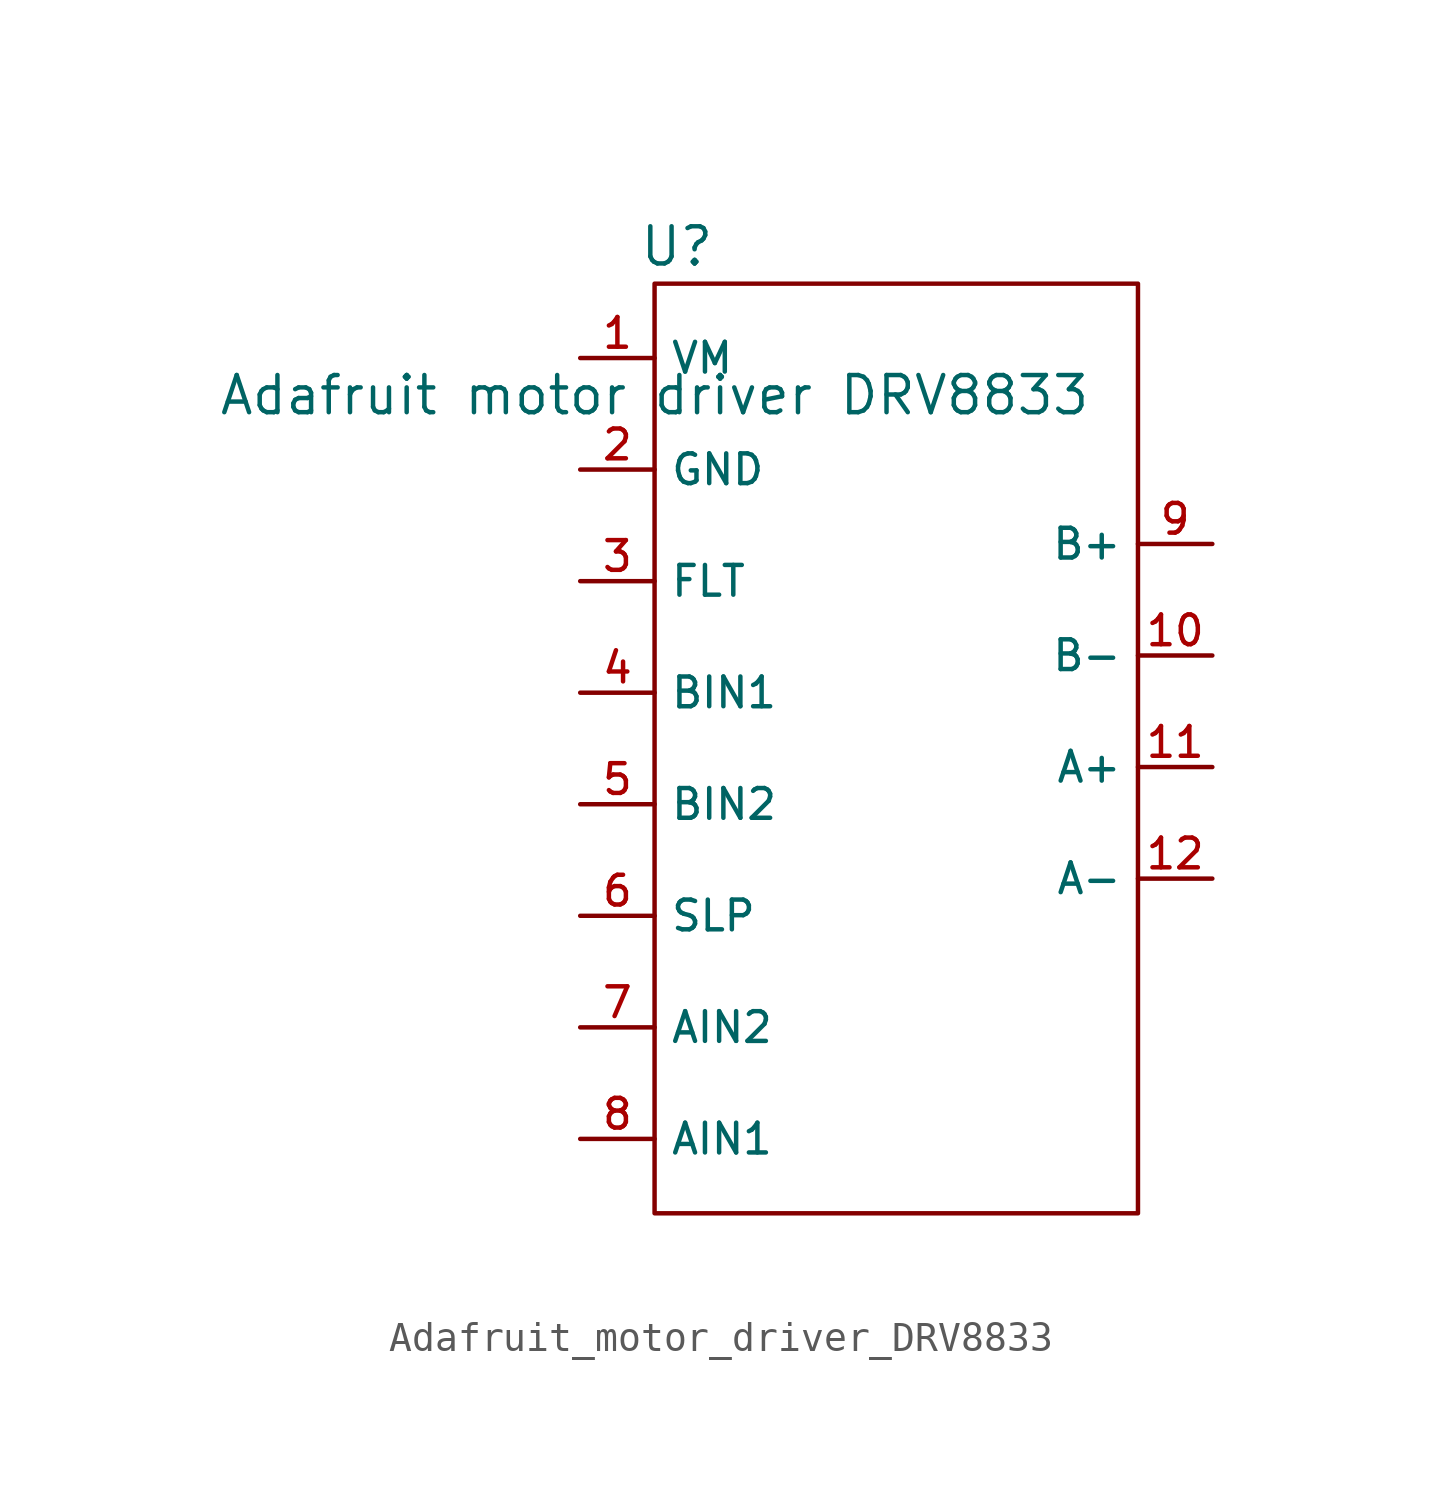
<source format=kicad_sym>
(kicad_symbol_lib
  (version 20241209)
  (generator "kicad_symbol_editor")
  (generator_version "9.0")
  (symbol "Adafruit_motor_driver_DRV8833"
    (property "Reference" "U"
      (at 0.762 5.08 0)
      (effects (font (size 1.27 1.27))))
    (property "Value" "Adafruit motor driver DRV8833"
      (at 0 0 0)
      (effects (font (size 1.27 1.27))))
    (symbol "Adafruit_motor_driver_DRV8833_0_1"
      (rectangle (start 0 3.81) (end 16.51 -27.94) (stroke (width 0) (type default)) (fill (type none))))
    (symbol "Adafruit_motor_driver_DRV8833_1_0"
      (pin bidirectional line (at -2.54 1.27 0) (length 2.54) (name "VM" (effects (font (size 1.016 1.016)))) (number "1" (effects (font (size 1.016 1.016)))))
      (pin bidirectional line (at -2.54 -2.54 0) (length 2.54) (name "GND" (effects (font (size 1.016 1.016)))) (number "2" (effects (font (size 1.016 1.016)))))
      (pin bidirectional line (at -2.54 -6.35 0) (length 2.54) (name "FLT" (effects (font (size 1.016 1.016)))) (number "3" (effects (font (size 1.016 1.016)))))
      (pin bidirectional line (at -2.54 -10.16 0) (length 2.54) (name "BIN1" (effects (font (size 1.016 1.016)))) (number "4" (effects (font (size 1.016 1.016)))))
      (pin bidirectional line (at -2.54 -13.97 0) (length 2.54) (name "BIN2" (effects (font (size 1.016 1.016)))) (number "5" (effects (font (size 1.016 1.016)))))
      (pin bidirectional line (at -2.54 -17.78 0) (length 2.54) (name "SLP" (effects (font (size 1.016 1.016)))) (number "6" (effects (font (size 1.016 1.016)))))
      (pin bidirectional line (at -2.54 -21.59 0) (length 2.54) (name "AIN2" (effects (font (size 1.016 1.016)))) (number "7" (effects (font (size 1.016 1.016)))))
      (pin bidirectional line (at -2.54 -25.4 0) (length 2.54) (name "AIN1" (effects (font (size 1.016 1.016)))) (number "8" (effects (font (size 1.016 1.016)))))
      (pin bidirectional line (at 19.05 -5.08 180) (length 2.54) (name "B+" (effects (font (size 1.016 1.016)))) (number "9" (effects (font (size 1.016 1.016)))))
      (pin bidirectional line (at 19.05 -8.89 180) (length 2.54) (name "B-" (effects (font (size 1.016 1.016)))) (number "10" (effects (font (size 1.016 1.016)))))
      (pin bidirectional line (at 19.05 -12.7 180) (length 2.54) (name "A+" (effects (font (size 1.016 1.016)))) (number "11" (effects (font (size 1.016 1.016)))))
      (pin bidirectional line (at 19.05 -16.51 180) (length 2.54) (name "A-" (effects (font (size 1.016 1.016)))) (number "12" (effects (font (size 1.016 1.016))))))))
</source>
